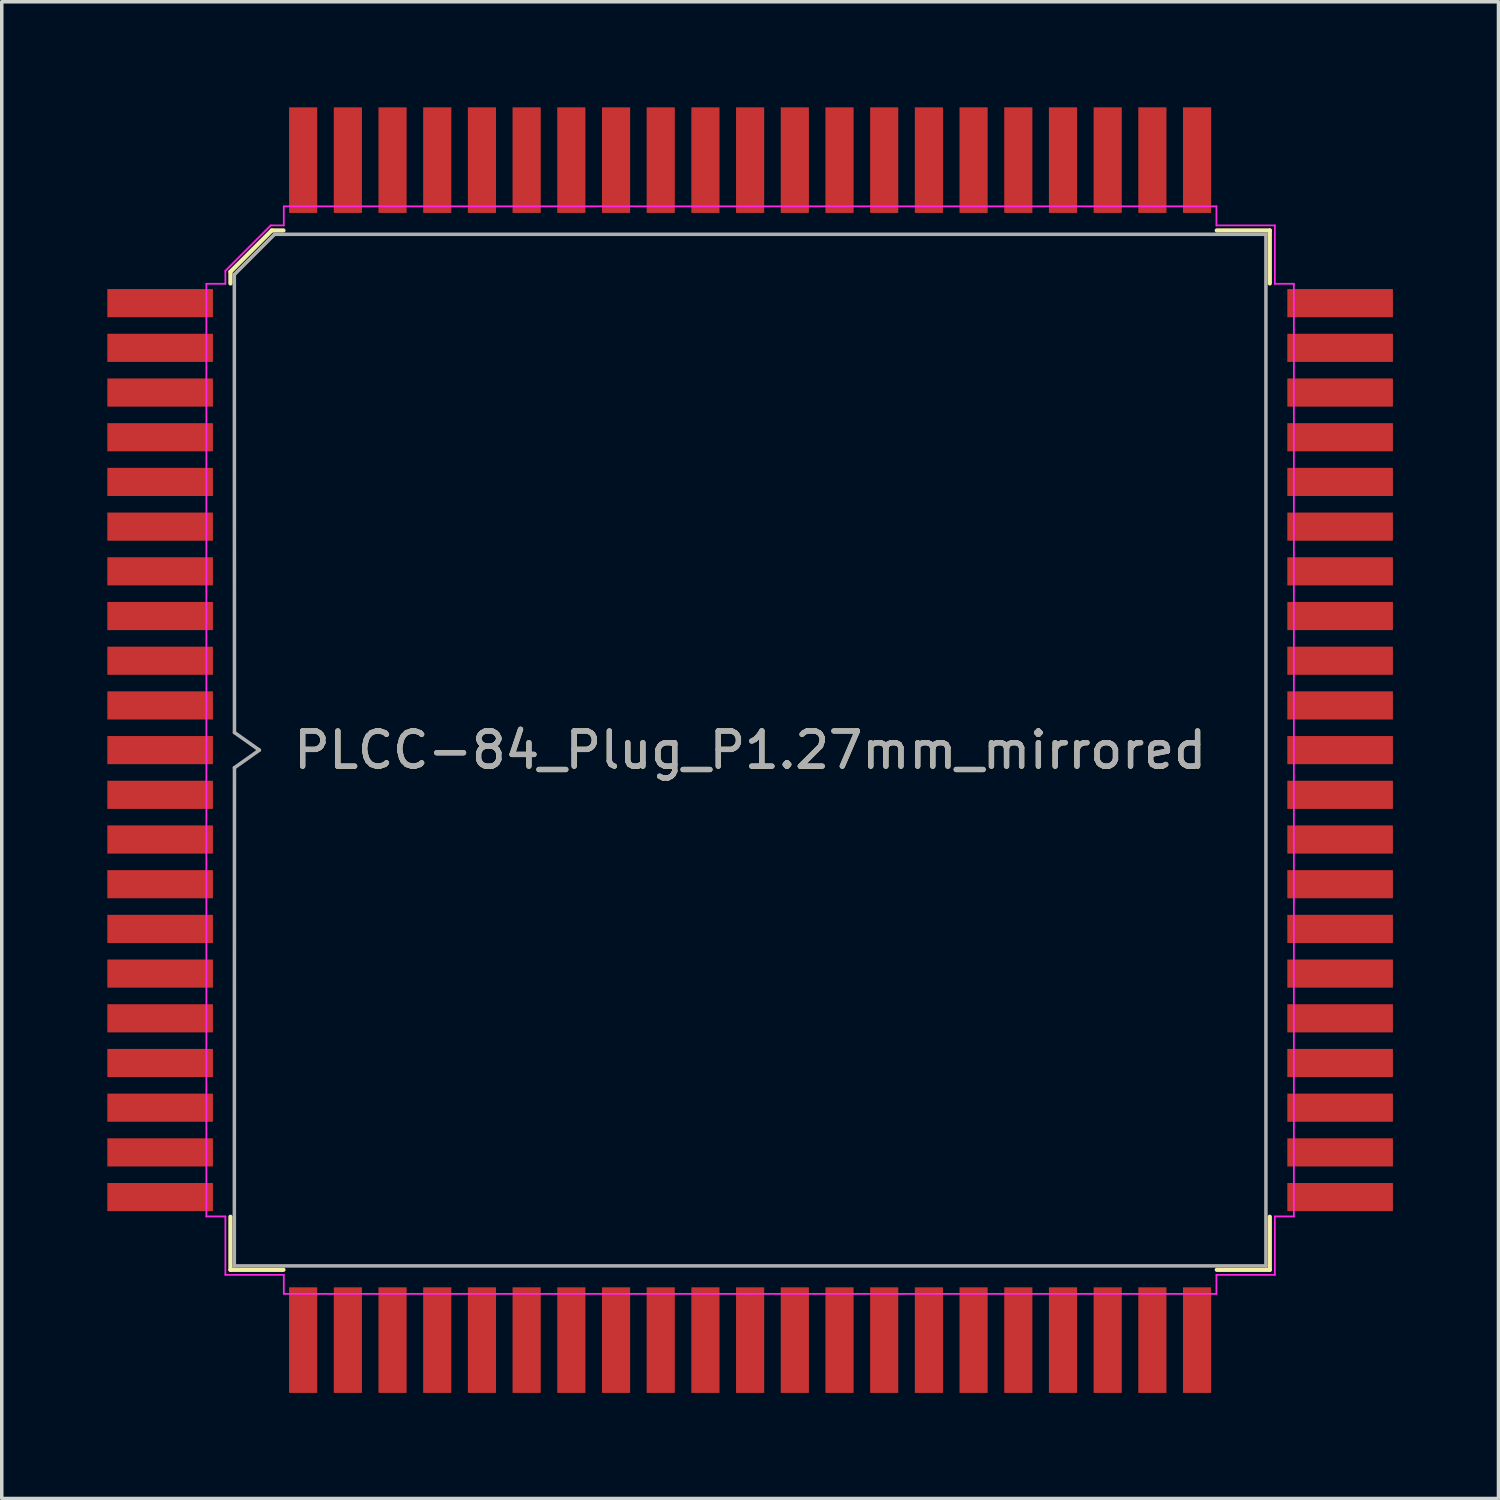
<source format=kicad_pcb>
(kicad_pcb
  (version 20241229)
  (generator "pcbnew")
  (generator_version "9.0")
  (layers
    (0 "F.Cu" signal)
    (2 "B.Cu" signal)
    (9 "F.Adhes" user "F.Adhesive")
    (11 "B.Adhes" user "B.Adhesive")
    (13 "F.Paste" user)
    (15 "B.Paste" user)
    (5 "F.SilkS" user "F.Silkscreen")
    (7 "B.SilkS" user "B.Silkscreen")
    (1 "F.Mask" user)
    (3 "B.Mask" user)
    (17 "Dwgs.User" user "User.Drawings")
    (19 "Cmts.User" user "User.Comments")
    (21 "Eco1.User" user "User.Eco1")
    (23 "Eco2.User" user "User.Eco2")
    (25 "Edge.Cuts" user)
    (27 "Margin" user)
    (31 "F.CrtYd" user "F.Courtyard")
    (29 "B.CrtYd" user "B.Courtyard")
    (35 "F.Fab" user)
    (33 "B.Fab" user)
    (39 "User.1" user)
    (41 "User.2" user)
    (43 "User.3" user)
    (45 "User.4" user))
  (footprint "PLCC-84_Plug_P1.27mm_mirrored"
    (layer "F.Cu")
    (at 18.264 18.264)
    (property "Reference" "PLCC-84_Plug_P1.27mm_mirrored" (at 0 0.001 180) (layer "F.SilkS") (effects (font (size 1 1) (thickness 0.15))))
    (attr smd)
    (fp_line (start -14.766 -13.591) (end -14.766 -13.26) (stroke (width 0.12) (type solid)) (layer "F.SilkS"))
    (fp_line (start -14.766 14.766) (end -14.766 13.26) (stroke (width 0.12) (type solid)) (layer "F.SilkS"))
    (fp_line (start -13.591 -14.766) (end -14.766 -13.591) (stroke (width 0.12) (type solid)) (layer "F.SilkS"))
    (fp_line (start -13.26 -14.766) (end -13.591 -14.766) (stroke (width 0.12) (type solid)) (layer "F.SilkS"))
    (fp_line (start -13.26 14.766) (end -14.766 14.766) (stroke (width 0.12) (type solid)) (layer "F.SilkS"))
    (fp_line (start 13.26 -14.766) (end 14.766 -14.766) (stroke (width 0.12) (type solid)) (layer "F.SilkS"))
    (fp_line (start 13.26 14.766) (end 14.766 14.766) (stroke (width 0.12) (type solid)) (layer "F.SilkS"))
    (fp_line (start 14.766 -14.766) (end 14.766 -13.26) (stroke (width 0.12) (type solid)) (layer "F.SilkS"))
    (fp_line (start 14.766 14.766) (end 14.766 13.26) (stroke (width 0.12) (type solid)) (layer "F.SilkS"))
    (fp_line (start -15.45 -13.25) (end -15.45 0) (stroke (width 0.05) (type solid)) (layer "F.CrtYd"))
    (fp_line (start -15.45 13.25) (end -15.45 0) (stroke (width 0.05) (type solid)) (layer "F.CrtYd"))
    (fp_line (start -14.91 -13.62) (end -14.91 -13.25) (stroke (width 0.05) (type solid)) (layer "F.CrtYd"))
    (fp_line (start -14.91 -13.25) (end -15.45 -13.25) (stroke (width 0.05) (type solid)) (layer "F.CrtYd"))
    (fp_line (start -14.91 13.25) (end -15.45 13.25) (stroke (width 0.05) (type solid)) (layer "F.CrtYd"))
    (fp_line (start -14.91 14.91) (end -14.91 13.25) (stroke (width 0.05) (type solid)) (layer "F.CrtYd"))
    (fp_line (start -13.62 -14.91) (end -14.91 -13.62) (stroke (width 0.05) (type solid)) (layer "F.CrtYd"))
    (fp_line (start -13.25 -15.45) (end -13.25 -14.91) (stroke (width 0.05) (type solid)) (layer "F.CrtYd"))
    (fp_line (start -13.25 -14.91) (end -13.62 -14.91) (stroke (width 0.05) (type solid)) (layer "F.CrtYd"))
    (fp_line (start -13.25 14.91) (end -14.91 14.91) (stroke (width 0.05) (type solid)) (layer "F.CrtYd"))
    (fp_line (start -13.25 15.45) (end -13.25 14.91) (stroke (width 0.05) (type solid)) (layer "F.CrtYd"))
    (fp_line (start 0 -15.45) (end -13.25 -15.45) (stroke (width 0.05) (type solid)) (layer "F.CrtYd"))
    (fp_line (start 0 -15.45) (end 13.25 -15.45) (stroke (width 0.05) (type solid)) (layer "F.CrtYd"))
    (fp_line (start 0 15.45) (end -13.25 15.45) (stroke (width 0.05) (type solid)) (layer "F.CrtYd"))
    (fp_line (start 0 15.45) (end 13.25 15.45) (stroke (width 0.05) (type solid)) (layer "F.CrtYd"))
    (fp_line (start 13.25 -15.45) (end 13.25 -14.91) (stroke (width 0.05) (type solid)) (layer "F.CrtYd"))
    (fp_line (start 13.25 -14.91) (end 14.91 -14.91) (stroke (width 0.05) (type solid)) (layer "F.CrtYd"))
    (fp_line (start 13.25 14.91) (end 14.91 14.91) (stroke (width 0.05) (type solid)) (layer "F.CrtYd"))
    (fp_line (start 13.25 15.45) (end 13.25 14.91) (stroke (width 0.05) (type solid)) (layer "F.CrtYd"))
    (fp_line (start 14.91 -14.91) (end 14.91 -13.25) (stroke (width 0.05) (type solid)) (layer "F.CrtYd"))
    (fp_line (start 14.91 -13.25) (end 15.45 -13.25) (stroke (width 0.05) (type solid)) (layer "F.CrtYd"))
    (fp_line (start 14.91 13.25) (end 15.45 13.25) (stroke (width 0.05) (type solid)) (layer "F.CrtYd"))
    (fp_line (start 14.91 14.91) (end 14.91 13.25) (stroke (width 0.05) (type solid)) (layer "F.CrtYd"))
    (fp_line (start 15.45 -13.25) (end 15.45 0) (stroke (width 0.05) (type solid)) (layer "F.CrtYd"))
    (fp_line (start 15.45 13.25) (end 15.45 0) (stroke (width 0.05) (type solid)) (layer "F.CrtYd"))
    (fp_line (start -14.656 -13.513) (end -13.513 -14.656) (stroke (width 0.1) (type solid)) (layer "F.Fab"))
    (fp_line (start -14.656 14.656) (end -14.652 0.5) (stroke (width 0.1) (type solid)) (layer "F.Fab"))
    (fp_line (start -14.652 -0.5) (end -14.656 -13.513) (stroke (width 0.1) (type solid)) (layer "F.Fab"))
    (fp_line (start -14.652 0.5) (end -13.945 0) (stroke (width 0.1) (type solid)) (layer "F.Fab"))
    (fp_line (start -13.945 0) (end -14.652 -0.5) (stroke (width 0.1) (type solid)) (layer "F.Fab"))
    (fp_line (start -13.513 -14.656) (end 14.656 -14.656) (stroke (width 0.1) (type solid)) (layer "F.Fab"))
    (fp_line (start 14.656 -14.656) (end 14.656 14.656) (stroke (width 0.1) (type solid)) (layer "F.Fab"))
    (fp_line (start 14.656 14.656) (end -14.656 14.656) (stroke (width 0.1) (type solid)) (layer "F.Fab"))
    (fp_text user "${REFERENCE}" (at 0 0 180) (layer "F.Fab") (effects (font (size 1 1) (thickness 0.15))))
    (pad "1" smd rect (at -16.764 0) (size 3 0.8) (layers "F.Cu" "F.Mask" "F.Paste"))
    (pad "2" smd rect (at -16.764 -1.27) (size 3 0.8) (layers "F.Cu" "F.Mask" "F.Paste"))
    (pad "3" smd rect (at -16.764 -2.54) (size 3 0.8) (layers "F.Cu" "F.Mask" "F.Paste"))
    (pad "4" smd rect (at -16.764 -3.81) (size 3 0.8) (layers "F.Cu" "F.Mask" "F.Paste"))
    (pad "5" smd rect (at -16.764 -5.08) (size 3 0.8) (layers "F.Cu" "F.Mask" "F.Paste"))
    (pad "6" smd rect (at -16.764 -6.35) (size 3 0.8) (layers "F.Cu" "F.Mask" "F.Paste"))
    (pad "7" smd rect (at -16.764 -7.62) (size 3 0.8) (layers "F.Cu" "F.Mask" "F.Paste"))
    (pad "8" smd rect (at -16.764 -8.89) (size 3 0.8) (layers "F.Cu" "F.Mask" "F.Paste"))
    (pad "9" smd rect (at -16.764 -10.16) (size 3 0.8) (layers "F.Cu" "F.Mask" "F.Paste"))
    (pad "10" smd rect (at -16.764 -11.43) (size 3 0.8) (layers "F.Cu" "F.Mask" "F.Paste"))
    (pad "11" smd rect (at -16.764 -12.7) (size 3 0.8) (layers "F.Cu" "F.Mask" "F.Paste"))
    (pad "12" smd rect (at -12.7 -16.764) (size 0.8 3) (layers "F.Cu" "F.Mask" "F.Paste"))
    (pad "13" smd rect (at -11.43 -16.764) (size 0.8 3) (layers "F.Cu" "F.Mask" "F.Paste"))
    (pad "14" smd rect (at -10.16 -16.764) (size 0.8 3) (layers "F.Cu" "F.Mask" "F.Paste"))
    (pad "15" smd rect (at -8.89 -16.764) (size 0.8 3) (layers "F.Cu" "F.Mask" "F.Paste"))
    (pad "16" smd rect (at -7.62 -16.764) (size 0.8 3) (layers "F.Cu" "F.Mask" "F.Paste"))
    (pad "17" smd rect (at -6.35 -16.764) (size 0.8 3) (layers "F.Cu" "F.Mask" "F.Paste"))
    (pad "18" smd rect (at -5.08 -16.764) (size 0.8 3) (layers "F.Cu" "F.Mask" "F.Paste"))
    (pad "19" smd rect (at -3.81 -16.764) (size 0.8 3) (layers "F.Cu" "F.Mask" "F.Paste"))
    (pad "20" smd rect (at -2.54 -16.764) (size 0.8 3) (layers "F.Cu" "F.Mask" "F.Paste"))
    (pad "21" smd rect (at -1.27 -16.764) (size 0.8 3) (layers "F.Cu" "F.Mask" "F.Paste"))
    (pad "22" smd rect (at 0 -16.764) (size 0.8 3) (layers "F.Cu" "F.Mask" "F.Paste"))
    (pad "23" smd rect (at 1.27 -16.764) (size 0.8 3) (layers "F.Cu" "F.Mask" "F.Paste"))
    (pad "24" smd rect (at 2.54 -16.764) (size 0.8 3) (layers "F.Cu" "F.Mask" "F.Paste"))
    (pad "25" smd rect (at 3.81 -16.764) (size 0.8 3) (layers "F.Cu" "F.Mask" "F.Paste"))
    (pad "26" smd rect (at 5.08 -16.764) (size 0.8 3) (layers "F.Cu" "F.Mask" "F.Paste"))
    (pad "27" smd rect (at 6.35 -16.764) (size 0.8 3) (layers "F.Cu" "F.Mask" "F.Paste"))
    (pad "28" smd rect (at 7.62 -16.764) (size 0.8 3) (layers "F.Cu" "F.Mask" "F.Paste"))
    (pad "29" smd rect (at 8.89 -16.764) (size 0.8 3) (layers "F.Cu" "F.Mask" "F.Paste"))
    (pad "30" smd rect (at 10.16 -16.764) (size 0.8 3) (layers "F.Cu" "F.Mask" "F.Paste"))
    (pad "31" smd rect (at 11.43 -16.764) (size 0.8 3) (layers "F.Cu" "F.Mask" "F.Paste"))
    (pad "32" smd rect (at 12.7 -16.764) (size 0.8 3) (layers "F.Cu" "F.Mask" "F.Paste"))
    (pad "33" smd rect (at 16.764 -12.7) (size 3 0.8) (layers "F.Cu" "F.Mask" "F.Paste"))
    (pad "34" smd rect (at 16.764 -11.43) (size 3 0.8) (layers "F.Cu" "F.Mask" "F.Paste"))
    (pad "35" smd rect (at 16.764 -10.16) (size 3 0.8) (layers "F.Cu" "F.Mask" "F.Paste"))
    (pad "36" smd rect (at 16.764 -8.89) (size 3 0.8) (layers "F.Cu" "F.Mask" "F.Paste"))
    (pad "37" smd rect (at 16.764 -7.62) (size 3 0.8) (layers "F.Cu" "F.Mask" "F.Paste"))
    (pad "38" smd rect (at 16.764 -6.35) (size 3 0.8) (layers "F.Cu" "F.Mask" "F.Paste"))
    (pad "39" smd rect (at 16.764 -5.08) (size 3 0.8) (layers "F.Cu" "F.Mask" "F.Paste"))
    (pad "40" smd rect (at 16.764 -3.81) (size 3 0.8) (layers "F.Cu" "F.Mask" "F.Paste"))
    (pad "41" smd rect (at 16.764 -2.54) (size 3 0.8) (layers "F.Cu" "F.Mask" "F.Paste"))
    (pad "42" smd rect (at 16.764 -1.27) (size 3 0.8) (layers "F.Cu" "F.Mask" "F.Paste"))
    (pad "43" smd rect (at 16.764 0) (size 3 0.8) (layers "F.Cu" "F.Mask" "F.Paste"))
    (pad "44" smd rect (at 16.764 1.27) (size 3 0.8) (layers "F.Cu" "F.Mask" "F.Paste"))
    (pad "45" smd rect (at 16.764 2.54) (size 3 0.8) (layers "F.Cu" "F.Mask" "F.Paste"))
    (pad "46" smd rect (at 16.764 3.81) (size 3 0.8) (layers "F.Cu" "F.Mask" "F.Paste"))
    (pad "47" smd rect (at 16.764 5.08) (size 3 0.8) (layers "F.Cu" "F.Mask" "F.Paste"))
    (pad "48" smd rect (at 16.764 6.35) (size 3 0.8) (layers "F.Cu" "F.Mask" "F.Paste"))
    (pad "49" smd rect (at 16.764 7.62) (size 3 0.8) (layers "F.Cu" "F.Mask" "F.Paste"))
    (pad "50" smd rect (at 16.764 8.89) (size 3 0.8) (layers "F.Cu" "F.Mask" "F.Paste"))
    (pad "51" smd rect (at 16.764 10.16) (size 3 0.8) (layers "F.Cu" "F.Mask" "F.Paste"))
    (pad "52" smd rect (at 16.764 11.43) (size 3 0.8) (layers "F.Cu" "F.Mask" "F.Paste"))
    (pad "53" smd rect (at 16.764 12.7) (size 3 0.8) (layers "F.Cu" "F.Mask" "F.Paste"))
    (pad "54" smd rect (at 12.7 16.764) (size 0.8 3) (layers "F.Cu" "F.Mask" "F.Paste"))
    (pad "55" smd rect (at 11.43 16.764) (size 0.8 3) (layers "F.Cu" "F.Mask" "F.Paste"))
    (pad "56" smd rect (at 10.16 16.764) (size 0.8 3) (layers "F.Cu" "F.Mask" "F.Paste"))
    (pad "57" smd rect (at 8.89 16.764) (size 0.8 3) (layers "F.Cu" "F.Mask" "F.Paste"))
    (pad "58" smd rect (at 7.62 16.764) (size 0.8 3) (layers "F.Cu" "F.Mask" "F.Paste"))
    (pad "59" smd rect (at 6.35 16.764) (size 0.8 3) (layers "F.Cu" "F.Mask" "F.Paste"))
    (pad "60" smd rect (at 5.08 16.764) (size 0.8 3) (layers "F.Cu" "F.Mask" "F.Paste"))
    (pad "61" smd rect (at 3.81 16.764) (size 0.8 3) (layers "F.Cu" "F.Mask" "F.Paste"))
    (pad "62" smd rect (at 2.54 16.764) (size 0.8 3) (layers "F.Cu" "F.Mask" "F.Paste"))
    (pad "63" smd rect (at 1.27 16.764) (size 0.8 3) (layers "F.Cu" "F.Mask" "F.Paste"))
    (pad "64" smd rect (at 0 16.764) (size 0.8 3) (layers "F.Cu" "F.Mask" "F.Paste"))
    (pad "65" smd rect (at -1.27 16.764) (size 0.8 3) (layers "F.Cu" "F.Mask" "F.Paste"))
    (pad "66" smd rect (at -2.54 16.764) (size 0.8 3) (layers "F.Cu" "F.Mask" "F.Paste"))
    (pad "67" smd rect (at -3.81 16.764) (size 0.8 3) (layers "F.Cu" "F.Mask" "F.Paste"))
    (pad "68" smd rect (at -5.08 16.764) (size 0.8 3) (layers "F.Cu" "F.Mask" "F.Paste"))
    (pad "69" smd rect (at -6.35 16.764) (size 0.8 3) (layers "F.Cu" "F.Mask" "F.Paste"))
    (pad "70" smd rect (at -7.62 16.764) (size 0.8 3) (layers "F.Cu" "F.Mask" "F.Paste"))
    (pad "71" smd rect (at -8.89 16.764) (size 0.8 3) (layers "F.Cu" "F.Mask" "F.Paste"))
    (pad "72" smd rect (at -10.16 16.764) (size 0.8 3) (layers "F.Cu" "F.Mask" "F.Paste"))
    (pad "73" smd rect (at -11.43 16.764) (size 0.8 3) (layers "F.Cu" "F.Mask" "F.Paste"))
    (pad "74" smd rect (at -12.7 16.764) (size 0.8 3) (layers "F.Cu" "F.Mask" "F.Paste"))
    (pad "75" smd rect (at -16.764 12.7) (size 3 0.8) (layers "F.Cu" "F.Mask" "F.Paste"))
    (pad "76" smd rect (at -16.764 11.43) (size 3 0.8) (layers "F.Cu" "F.Mask" "F.Paste"))
    (pad "77" smd rect (at -16.764 10.16) (size 3 0.8) (layers "F.Cu" "F.Mask" "F.Paste"))
    (pad "78" smd rect (at -16.764 8.89) (size 3 0.8) (layers "F.Cu" "F.Mask" "F.Paste"))
    (pad "79" smd rect (at -16.764 7.62) (size 3 0.8) (layers "F.Cu" "F.Mask" "F.Paste"))
    (pad "80" smd rect (at -16.764 6.35) (size 3 0.8) (layers "F.Cu" "F.Mask" "F.Paste"))
    (pad "81" smd rect (at -16.764 5.08) (size 3 0.8) (layers "F.Cu" "F.Mask" "F.Paste"))
    (pad "82" smd rect (at -16.764 3.81) (size 3 0.8) (layers "F.Cu" "F.Mask" "F.Paste"))
    (pad "83" smd rect (at -16.764 2.54) (size 3 0.8) (layers "F.Cu" "F.Mask" "F.Paste"))
    (pad "84" smd rect (at -16.764 1.27) (size 3 0.8) (layers "F.Cu" "F.Mask" "F.Paste")))
  (gr_rect
    (start -3 -3)
    (end 39.528 39.528)
    (stroke (width 0.1) (type default))
    (fill no)
    (layer "Edge.Cuts")))
</source>
